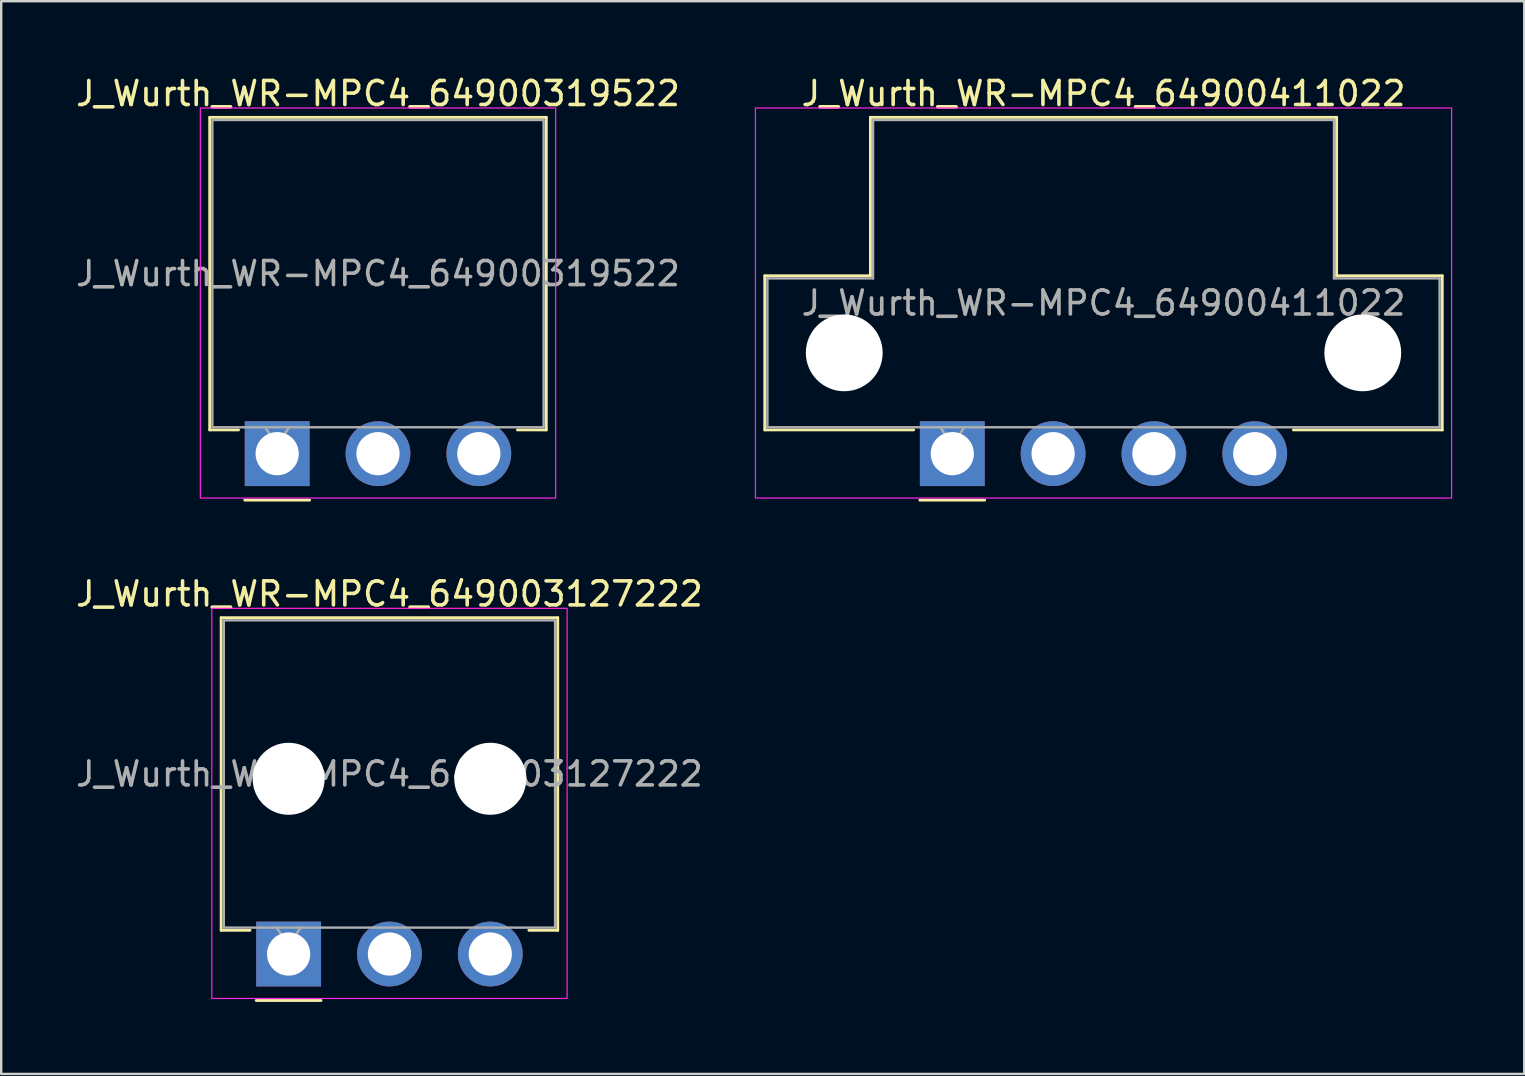
<source format=kicad_pcb>
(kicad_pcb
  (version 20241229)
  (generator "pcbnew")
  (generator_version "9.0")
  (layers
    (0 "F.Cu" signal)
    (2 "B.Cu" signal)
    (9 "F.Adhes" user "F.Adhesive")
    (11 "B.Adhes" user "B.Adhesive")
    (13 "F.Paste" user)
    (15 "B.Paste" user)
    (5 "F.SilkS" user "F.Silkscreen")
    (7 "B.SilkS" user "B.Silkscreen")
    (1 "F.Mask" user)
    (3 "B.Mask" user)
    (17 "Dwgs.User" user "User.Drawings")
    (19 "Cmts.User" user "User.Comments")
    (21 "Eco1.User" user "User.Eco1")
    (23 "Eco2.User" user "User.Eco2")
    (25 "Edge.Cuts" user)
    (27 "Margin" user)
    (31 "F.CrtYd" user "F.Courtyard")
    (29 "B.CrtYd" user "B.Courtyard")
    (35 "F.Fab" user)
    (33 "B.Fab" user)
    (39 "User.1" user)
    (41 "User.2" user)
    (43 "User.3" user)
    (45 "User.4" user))
  (footprint "J_Wurth_WR-MPC4_64900411022"
    (layer "F.Cu")
    (at 36.618 15.848)
    (property "Reference" "J_Wurth_WR-MPC4_64900411022" (at 6.3 -15 0) (unlocked yes) (layer "F.SilkS") (effects (font (size 1 1) (thickness 0.15))))
    (attr through_hole)
    (fp_line (start -7.81 -7.41) (end -3.41 -7.41) (stroke (width 0.12) (type default)) (layer "F.SilkS"))
    (fp_line (start -7.81 -0.99) (end -7.81 -7.41) (stroke (width 0.12) (type default)) (layer "F.SilkS"))
    (fp_line (start -7.81 -0.99) (end -1.61 -0.99) (stroke (width 0.12) (type solid)) (layer "F.SilkS"))
    (fp_line (start -3.41 -14.01) (end -3.41 -7.41) (stroke (width 0.12) (type solid)) (layer "F.SilkS"))
    (fp_line (start -1.35 1.935) (end 1.35 1.935) (stroke (width 0.12) (type solid)) (layer "F.SilkS"))
    (fp_line (start 14.21 -0.99) (end 20.41 -0.99) (stroke (width 0.12) (type solid)) (layer "F.SilkS"))
    (fp_line (start 16.01 -14.01) (end -3.41 -14.01) (stroke (width 0.12) (type solid)) (layer "F.SilkS"))
    (fp_line (start 16.01 -7.41) (end 16.01 -14.01) (stroke (width 0.12) (type solid)) (layer "F.SilkS"))
    (fp_line (start 20.41 -7.41) (end 16.01 -7.41) (stroke (width 0.12) (type default)) (layer "F.SilkS"))
    (fp_line (start 20.41 -0.99) (end 20.41 -7.41) (stroke (width 0.12) (type default)) (layer "F.SilkS"))
    (fp_rect (start -8.2 -14.4) (end 20.8 1.85) (stroke (width 0.05) (type solid)) (fill no) (layer "F.CrtYd"))
    (fp_line (start -7.7 -1.1) (end -7.7 -7.3) (stroke (width 0.1) (type default)) (layer "F.Fab"))
    (fp_line (start -7.7 -1.1) (end 20.3 -1.1) (stroke (width 0.1) (type solid)) (layer "F.Fab"))
    (fp_line (start -3.3 -13.9) (end -3.3 -7.3) (stroke (width 0.1) (type solid)) (layer "F.Fab"))
    (fp_line (start -3.3 -7.3) (end -7.7 -7.3) (stroke (width 0.1) (type default)) (layer "F.Fab"))
    (fp_line (start 0 -0.35) (end -0.5 -1.1) (stroke (width 0.1) (type solid)) (layer "F.Fab"))
    (fp_line (start 0 -0.35) (end 0.5 -1.1) (stroke (width 0.1) (type solid)) (layer "F.Fab"))
    (fp_line (start 15.9 -13.9) (end -3.3 -13.9) (stroke (width 0.1) (type default)) (layer "F.Fab"))
    (fp_line (start 15.9 -7.3) (end 15.9 -13.9) (stroke (width 0.1) (type solid)) (layer "F.Fab"))
    (fp_line (start 15.9 -7.3) (end 20.3 -7.3) (stroke (width 0.1) (type default)) (layer "F.Fab"))
    (fp_line (start 20.3 -1.1) (end 20.3 -7.3) (stroke (width 0.1) (type default)) (layer "F.Fab"))
    (fp_text user "${REFERENCE}" (at 6.3 -6.275 0) (unlocked yes) (layer "F.Fab") (effects (font (size 1 1) (thickness 0.15))))
    (pad "" np_thru_hole circle (at -4.5 -4.2) (size 3.2 3.2) (drill 3.2) (layers "*.Cu" "*.Mask"))
    (pad "" np_thru_hole circle (at 17.1 -4.2) (size 3.2 3.2) (drill 3.2) (layers "*.Cu" "*.Mask"))
    (pad "1" thru_hole rect (at 0 0 180) (size 2.7 2.7) (drill 1.8) (layers "*.Cu" "*.Mask"))
    (pad "2" thru_hole circle (at 4.2 0 180) (size 2.7 2.7) (drill 1.8) (layers "*.Cu" "*.Mask"))
    (pad "3" thru_hole circle (at 8.4 0 180) (size 2.7 2.7) (drill 1.8) (layers "*.Cu" "*.Mask"))
    (pad "4" thru_hole circle (at 12.6 0 180) (size 2.7 2.7) (drill 1.8) (layers "*.Cu" "*.Mask")))
  (footprint "J_Wurth_WR-MPC4_649003127222"
    (layer "F.Cu")
    (at 8.973 36.691)
    (property "Reference" "J_Wurth_WR-MPC4_649003127222" (at 4.2 -15 0) (unlocked yes) (layer "F.SilkS") (effects (font (size 1 1) (thickness 0.15))))
    (attr through_hole)
    (fp_line (start -2.81 -14.01) (end 11.21 -14.01) (stroke (width 0.12) (type default)) (layer "F.SilkS"))
    (fp_line (start -2.81 -0.99) (end -2.81 -14.01) (stroke (width 0.12) (type default)) (layer "F.SilkS"))
    (fp_line (start -1.61 -0.99) (end -2.81 -0.99) (stroke (width 0.12) (type solid)) (layer "F.SilkS"))
    (fp_line (start -1.35 1.935) (end 1.35 1.935) (stroke (width 0.12) (type solid)) (layer "F.SilkS"))
    (fp_line (start 11.21 -14.01) (end 11.21 -0.99) (stroke (width 0.12) (type default)) (layer "F.SilkS"))
    (fp_line (start 11.21 -0.99) (end 10.01 -0.99) (stroke (width 0.12) (type solid)) (layer "F.SilkS"))
    (fp_rect (start -3.2 -14.4) (end 11.6 1.85) (stroke (width 0.05) (type solid)) (fill no) (layer "F.CrtYd"))
    (fp_line (start 0 -0.35) (end -0.5 -1.1) (stroke (width 0.1) (type solid)) (layer "F.Fab"))
    (fp_line (start 0 -0.35) (end 0.5 -1.1) (stroke (width 0.1) (type solid)) (layer "F.Fab"))
    (fp_rect (start -2.7 -13.9) (end 11.1 -1.1) (stroke (width 0.1) (type solid)) (fill no) (layer "F.Fab"))
    (fp_text user "${REFERENCE}" (at 4.2 -7.5 0) (unlocked yes) (layer "F.Fab") (effects (font (size 1 1) (thickness 0.15))))
    (pad "" np_thru_hole circle (at 0 -7.3) (size 3 3) (drill 3) (layers "*.Cu" "*.Mask"))
    (pad "" np_thru_hole circle (at 8.4 -7.3) (size 3 3) (drill 3) (layers "*.Cu" "*.Mask"))
    (pad "1" thru_hole rect (at 0 0 180) (size 2.7 2.7) (drill 1.8) (layers "*.Cu" "*.Mask"))
    (pad "2" thru_hole circle (at 4.2 0 180) (size 2.7 2.7) (drill 1.8) (layers "*.Cu" "*.Mask"))
    (pad "3" thru_hole circle (at 8.4 0 180) (size 2.7 2.7) (drill 1.8) (layers "*.Cu" "*.Mask")))
  (footprint "J_Wurth_WR-MPC4_64900319522"
    (layer "F.Cu")
    (at 8.496 15.848)
    (property "Reference" "J_Wurth_WR-MPC4_64900319522" (at 4.2 -15 0) (unlocked yes) (layer "F.SilkS") (effects (font (size 1 1) (thickness 0.15))))
    (attr through_hole)
    (fp_line (start -2.81 -14.01) (end 11.21 -14.01) (stroke (width 0.12) (type default)) (layer "F.SilkS"))
    (fp_line (start -2.81 -0.99) (end -2.81 -14.01) (stroke (width 0.12) (type default)) (layer "F.SilkS"))
    (fp_line (start -1.61 -0.99) (end -2.81 -0.99) (stroke (width 0.12) (type solid)) (layer "F.SilkS"))
    (fp_line (start -1.35 1.935) (end 1.35 1.935) (stroke (width 0.12) (type solid)) (layer "F.SilkS"))
    (fp_line (start 11.21 -14.01) (end 11.21 -0.99) (stroke (width 0.12) (type default)) (layer "F.SilkS"))
    (fp_line (start 11.21 -0.99) (end 10.01 -0.99) (stroke (width 0.12) (type solid)) (layer "F.SilkS"))
    (fp_rect (start -3.2 -14.4) (end 11.6 1.85) (stroke (width 0.05) (type solid)) (fill no) (layer "F.CrtYd"))
    (fp_line (start 0 -0.35) (end -0.5 -1.1) (stroke (width 0.1) (type solid)) (layer "F.Fab"))
    (fp_line (start 0 -0.35) (end 0.5 -1.1) (stroke (width 0.1) (type solid)) (layer "F.Fab"))
    (fp_rect (start -2.7 -13.9) (end 11.1 -1.1) (stroke (width 0.1) (type solid)) (fill no) (layer "F.Fab"))
    (fp_text user "${REFERENCE}" (at 4.2 -7.5 0) (unlocked yes) (layer "F.Fab") (effects (font (size 1 1) (thickness 0.15))))
    (pad "1" thru_hole rect (at 0 0 180) (size 2.7 2.7) (drill 1.8) (layers "*.Cu" "*.Mask"))
    (pad "2" thru_hole circle (at 4.2 0 180) (size 2.7 2.7) (drill 1.8) (layers "*.Cu" "*.Mask"))
    (pad "3" thru_hole circle (at 8.4 0 180) (size 2.7 2.7) (drill 1.8) (layers "*.Cu" "*.Mask")))
  (gr_rect
    (start -3 -3)
    (end 60.443 41.687)
    (stroke (width 0.1) (type default))
    (fill no)
    (layer "Edge.Cuts")))
</source>
